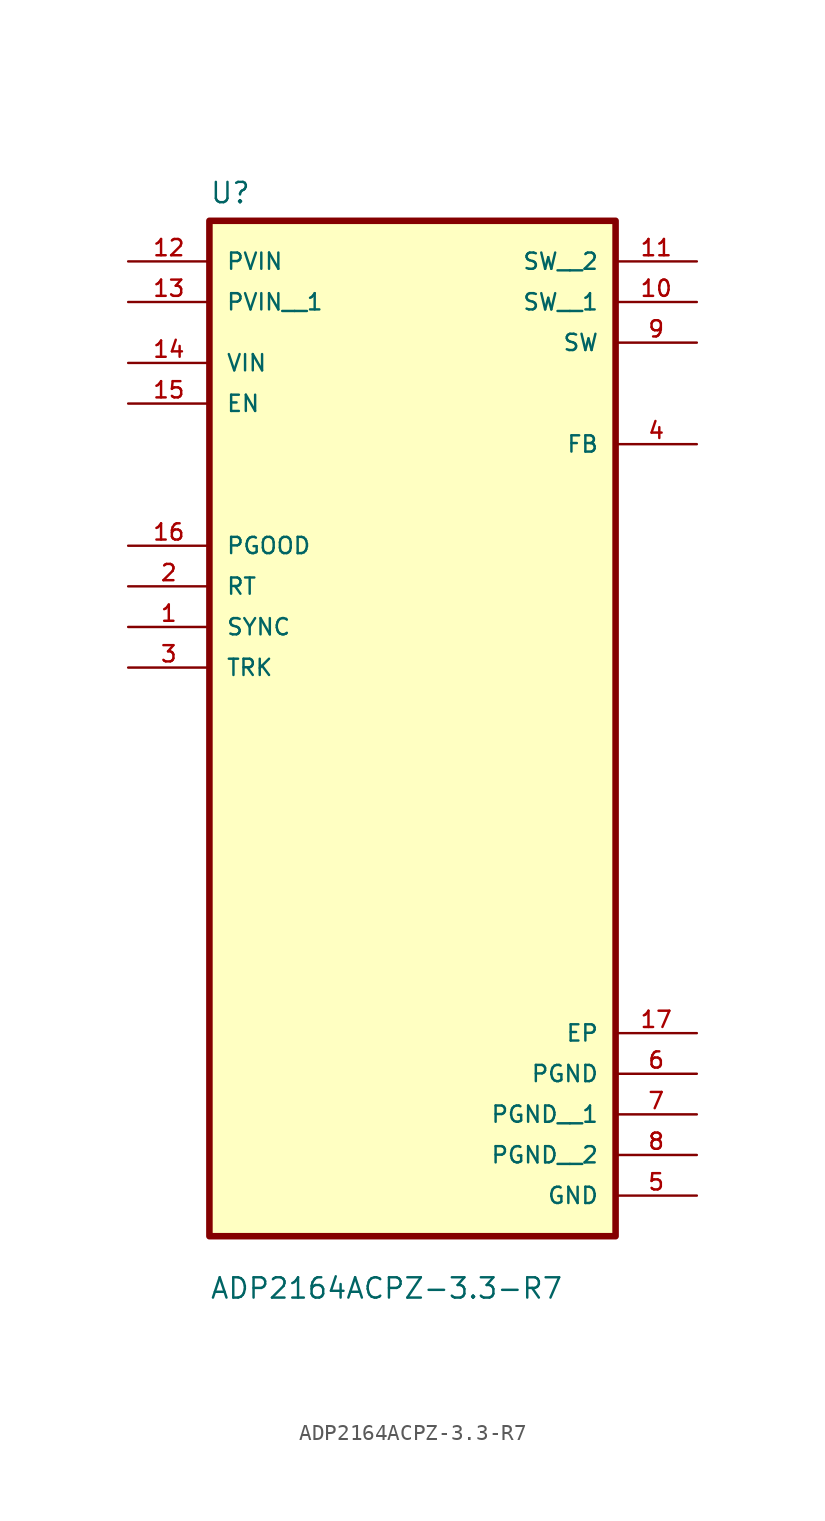
<source format=kicad_sym>
(kicad_symbol_lib
  (version 20241209)
  (generator "kicad_symbol_editor")
  (generator_version "9.0")
  (symbol "ADP2164ACPZ-3.3-R7"
    (pin_names
      (offset 1.016))
    (property "Reference" "U"
      (at -12.7 28.94 0)
      (effects (font (size 1.27 1.27)) (justify left bottom)))
    (property "Value" "ADP2164ACPZ-3.3-R7"
      (at -12.7 -39.56 0)
      (effects (font (size 1.27 1.27)) (justify left bottom)))
    (symbol "ADP2164ACPZ-3.3-R7_0_0"
      (rectangle (start -12.7 -35.56) (end 12.7 27.94) (stroke (width 0.41) (type default)) (fill (type background)))
      (pin input line (at -17.78 25.4 0) (length 5.08) (name "PVIN" (effects (font (size 1.016 1.016)))) (number "12" (effects (font (size 1.016 1.016)))))
      (pin input line (at -17.78 22.86 0) (length 5.08) (name "PVIN__1" (effects (font (size 1.016 1.016)))) (number "13" (effects (font (size 1.016 1.016)))))
      (pin input line (at -17.78 19.05 0) (length 5.08) (name "VIN" (effects (font (size 1.016 1.016)))) (number "14" (effects (font (size 1.016 1.016)))))
      (pin bidirectional line (at -17.78 16.51 0) (length 5.08) (name "EN" (effects (font (size 1.016 1.016)))) (number "15" (effects (font (size 1.016 1.016)))))
      (pin bidirectional line (at -17.78 7.62 0) (length 5.08) (name "PGOOD" (effects (font (size 1.016 1.016)))) (number "16" (effects (font (size 1.016 1.016)))))
      (pin bidirectional line (at -17.78 5.08 0) (length 5.08) (name "RT" (effects (font (size 1.016 1.016)))) (number "2" (effects (font (size 1.016 1.016)))))
      (pin bidirectional line (at -17.78 2.54 0) (length 5.08) (name "SYNC" (effects (font (size 1.016 1.016)))) (number "1" (effects (font (size 1.016 1.016)))))
      (pin bidirectional line (at -17.78 0 0) (length 5.08) (name "TRK" (effects (font (size 1.016 1.016)))) (number "3" (effects (font (size 1.016 1.016)))))
      (pin bidirectional line (at 17.78 25.4 180) (length 5.08) (name "SW__2" (effects (font (size 1.016 1.016)))) (number "11" (effects (font (size 1.016 1.016)))))
      (pin bidirectional line (at 17.78 22.86 180) (length 5.08) (name "SW__1" (effects (font (size 1.016 1.016)))) (number "10" (effects (font (size 1.016 1.016)))))
      (pin bidirectional line (at 17.78 20.32 180) (length 5.08) (name "SW" (effects (font (size 1.016 1.016)))) (number "9" (effects (font (size 1.016 1.016)))))
      (pin bidirectional line (at 17.78 13.97 180) (length 5.08) (name "FB" (effects (font (size 1.016 1.016)))) (number "4" (effects (font (size 1.016 1.016)))))
      (pin bidirectional line (at 17.78 -22.86 180) (length 5.08) (name "EP" (effects (font (size 1.016 1.016)))) (number "17" (effects (font (size 1.016 1.016)))))
      (pin power_in line (at 17.78 -25.4 180) (length 5.08) (name "PGND" (effects (font (size 1.016 1.016)))) (number "6" (effects (font (size 1.016 1.016)))))
      (pin power_in line (at 17.78 -27.94 180) (length 5.08) (name "PGND__1" (effects (font (size 1.016 1.016)))) (number "7" (effects (font (size 1.016 1.016)))))
      (pin power_in line (at 17.78 -30.48 180) (length 5.08) (name "PGND__2" (effects (font (size 1.016 1.016)))) (number "8" (effects (font (size 1.016 1.016)))))
      (pin power_in line (at 17.78 -33.02 180) (length 5.08) (name "GND" (effects (font (size 1.016 1.016)))) (number "5" (effects (font (size 1.016 1.016))))))))
</source>
